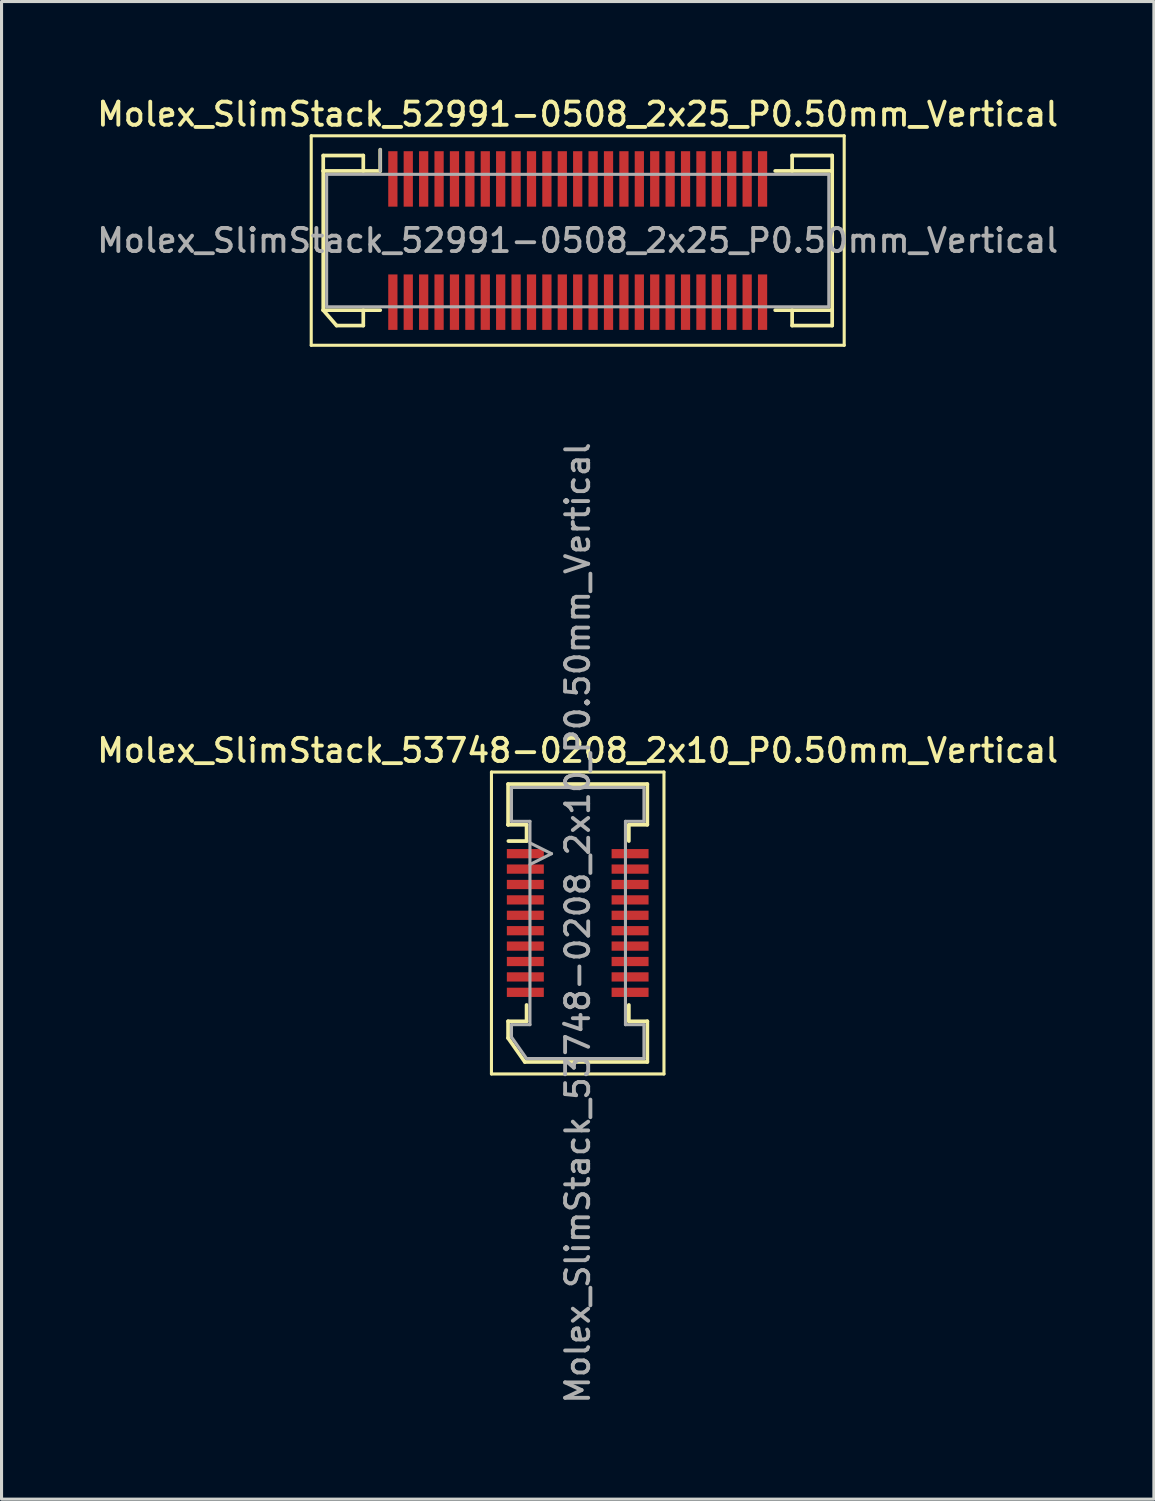
<source format=kicad_pcb>
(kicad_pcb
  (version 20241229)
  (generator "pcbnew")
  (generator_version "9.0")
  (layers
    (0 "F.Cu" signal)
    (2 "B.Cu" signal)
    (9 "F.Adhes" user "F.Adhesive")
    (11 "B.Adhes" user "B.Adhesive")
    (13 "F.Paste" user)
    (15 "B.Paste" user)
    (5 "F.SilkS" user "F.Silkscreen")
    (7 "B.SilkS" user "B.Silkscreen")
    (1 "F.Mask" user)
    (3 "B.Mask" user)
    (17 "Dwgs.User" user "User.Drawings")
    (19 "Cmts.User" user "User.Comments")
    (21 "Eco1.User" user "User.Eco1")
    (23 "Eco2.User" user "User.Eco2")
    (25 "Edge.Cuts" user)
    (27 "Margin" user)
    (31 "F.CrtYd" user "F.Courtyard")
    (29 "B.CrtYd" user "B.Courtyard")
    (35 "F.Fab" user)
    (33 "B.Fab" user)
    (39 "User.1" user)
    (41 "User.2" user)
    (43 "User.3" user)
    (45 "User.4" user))
  (footprint "Molex_SlimStack_52991-0508_2x25_P0.50mm_Vertical"
    (layer "F.Cu")
    (at 15.702 4.758)
    (property "Reference" "Molex_SlimStack_52991-0508_2x25_P0.50mm_Vertical" (at 0 -4.1 0) (layer "F.SilkS") (effects (font (size 0.75 0.75) (thickness 0.125))))
    (attr smd)
    (fp_line (start -8.65 -3.4) (end -8.65 3.4) (stroke (width 0.1) (type solid)) (layer "F.SilkS"))
    (fp_line (start -8.65 3.4) (end 8.65 3.4) (stroke (width 0.1) (type solid)) (layer "F.SilkS"))
    (fp_line (start -8.26 -2.76) (end -6.96 -2.76) (stroke (width 0.12) (type solid)) (layer "F.SilkS"))
    (fp_line (start -8.26 -2.26) (end -8.26 -2.76) (stroke (width 0.12) (type solid)) (layer "F.SilkS"))
    (fp_line (start -8.26 -2.26) (end -6.41 -2.26) (stroke (width 0.12) (type solid)) (layer "F.SilkS"))
    (fp_line (start -8.26 2.26) (end -8.26 -2.26) (stroke (width 0.12) (type solid)) (layer "F.SilkS"))
    (fp_line (start -8.26 2.26) (end -7.827 2.76) (stroke (width 0.12) (type solid)) (layer "F.SilkS"))
    (fp_line (start -7.827 2.76) (end -6.96 2.76) (stroke (width 0.12) (type solid)) (layer "F.SilkS"))
    (fp_line (start -6.96 -2.76) (end -6.96 -2.26) (stroke (width 0.12) (type solid)) (layer "F.SilkS"))
    (fp_line (start -6.96 2.76) (end -6.96 2.26) (stroke (width 0.12) (type solid)) (layer "F.SilkS"))
    (fp_line (start -6.41 -2.26) (end -6.41 -2.95) (stroke (width 0.12) (type solid)) (layer "F.SilkS"))
    (fp_line (start -6.41 2.26) (end -8.26 2.26) (stroke (width 0.12) (type solid)) (layer "F.SilkS"))
    (fp_line (start 6.41 2.26) (end 8.26 2.26) (stroke (width 0.12) (type solid)) (layer "F.SilkS"))
    (fp_line (start 6.96 -2.76) (end 6.96 -2.26) (stroke (width 0.12) (type solid)) (layer "F.SilkS"))
    (fp_line (start 6.96 2.76) (end 6.96 2.26) (stroke (width 0.12) (type solid)) (layer "F.SilkS"))
    (fp_line (start 8.26 -2.76) (end 6.96 -2.76) (stroke (width 0.12) (type solid)) (layer "F.SilkS"))
    (fp_line (start 8.26 -2.26) (end 6.41 -2.26) (stroke (width 0.12) (type solid)) (layer "F.SilkS"))
    (fp_line (start 8.26 -2.26) (end 8.26 -2.76) (stroke (width 0.12) (type solid)) (layer "F.SilkS"))
    (fp_line (start 8.26 2.26) (end 8.26 -2.26) (stroke (width 0.12) (type solid)) (layer "F.SilkS"))
    (fp_line (start 8.26 2.26) (end 8.26 2.76) (stroke (width 0.12) (type solid)) (layer "F.SilkS"))
    (fp_line (start 8.26 2.76) (end 6.96 2.76) (stroke (width 0.12) (type solid)) (layer "F.SilkS"))
    (fp_line (start 8.65 -3.4) (end -8.65 -3.4) (stroke (width 0.1) (type solid)) (layer "F.SilkS"))
    (fp_line (start 8.65 3.4) (end 8.65 -3.4) (stroke (width 0.1) (type solid)) (layer "F.SilkS"))
    (fp_line (start -8.15 -2.15) (end -8.15 2.15) (stroke (width 0.1) (type solid)) (layer "F.Fab"))
    (fp_line (start -8.15 2.15) (end 8.15 2.15) (stroke (width 0.1) (type solid)) (layer "F.Fab"))
    (fp_line (start -6.41 -2.26) (end -6.41 -2.95) (stroke (width 0.1) (type solid)) (layer "F.Fab"))
    (fp_line (start 8.15 -2.15) (end -8.15 -2.15) (stroke (width 0.1) (type solid)) (layer "F.Fab"))
    (fp_line (start 8.15 2.15) (end 8.15 -2.15) (stroke (width 0.1) (type solid)) (layer "F.Fab"))
    (fp_text user "${REFERENCE}" (at 0 0 0) (layer "F.Fab") (effects (font (size 0.75 0.75) (thickness 0.125))))
    (pad "1" smd rect (at -6 -2) (size 0.3 1.8) (layers "F.Cu" "F.Mask" "F.Paste"))
    (pad "2" smd rect (at -6 2) (size 0.3 1.8) (layers "F.Cu" "F.Mask" "F.Paste"))
    (pad "3" smd rect (at -5.5 -2) (size 0.3 1.8) (layers "F.Cu" "F.Mask" "F.Paste"))
    (pad "4" smd rect (at -5.5 2) (size 0.3 1.8) (layers "F.Cu" "F.Mask" "F.Paste"))
    (pad "5" smd rect (at -5 -2) (size 0.3 1.8) (layers "F.Cu" "F.Mask" "F.Paste"))
    (pad "6" smd rect (at -5 2) (size 0.3 1.8) (layers "F.Cu" "F.Mask" "F.Paste"))
    (pad "7" smd rect (at -4.5 -2) (size 0.3 1.8) (layers "F.Cu" "F.Mask" "F.Paste"))
    (pad "8" smd rect (at -4.5 2) (size 0.3 1.8) (layers "F.Cu" "F.Mask" "F.Paste"))
    (pad "9" smd rect (at -4 -2) (size 0.3 1.8) (layers "F.Cu" "F.Mask" "F.Paste"))
    (pad "10" smd rect (at -4 2) (size 0.3 1.8) (layers "F.Cu" "F.Mask" "F.Paste"))
    (pad "11" smd rect (at -3.5 -2) (size 0.3 1.8) (layers "F.Cu" "F.Mask" "F.Paste"))
    (pad "12" smd rect (at -3.5 2) (size 0.3 1.8) (layers "F.Cu" "F.Mask" "F.Paste"))
    (pad "13" smd rect (at -3 -2) (size 0.3 1.8) (layers "F.Cu" "F.Mask" "F.Paste"))
    (pad "14" smd rect (at -3 2) (size 0.3 1.8) (layers "F.Cu" "F.Mask" "F.Paste"))
    (pad "15" smd rect (at -2.5 -2) (size 0.3 1.8) (layers "F.Cu" "F.Mask" "F.Paste"))
    (pad "16" smd rect (at -2.5 2) (size 0.3 1.8) (layers "F.Cu" "F.Mask" "F.Paste"))
    (pad "17" smd rect (at -2 -2) (size 0.3 1.8) (layers "F.Cu" "F.Mask" "F.Paste"))
    (pad "18" smd rect (at -2 2) (size 0.3 1.8) (layers "F.Cu" "F.Mask" "F.Paste"))
    (pad "19" smd rect (at -1.5 -2) (size 0.3 1.8) (layers "F.Cu" "F.Mask" "F.Paste"))
    (pad "20" smd rect (at -1.5 2) (size 0.3 1.8) (layers "F.Cu" "F.Mask" "F.Paste"))
    (pad "21" smd rect (at -1 -2) (size 0.3 1.8) (layers "F.Cu" "F.Mask" "F.Paste"))
    (pad "22" smd rect (at -1 2) (size 0.3 1.8) (layers "F.Cu" "F.Mask" "F.Paste"))
    (pad "23" smd rect (at -0.5 -2) (size 0.3 1.8) (layers "F.Cu" "F.Mask" "F.Paste"))
    (pad "24" smd rect (at -0.5 2) (size 0.3 1.8) (layers "F.Cu" "F.Mask" "F.Paste"))
    (pad "25" smd rect (at 0 -2) (size 0.3 1.8) (layers "F.Cu" "F.Mask" "F.Paste"))
    (pad "26" smd rect (at 0 2) (size 0.3 1.8) (layers "F.Cu" "F.Mask" "F.Paste"))
    (pad "27" smd rect (at 0.5 -2) (size 0.3 1.8) (layers "F.Cu" "F.Mask" "F.Paste"))
    (pad "28" smd rect (at 0.5 2) (size 0.3 1.8) (layers "F.Cu" "F.Mask" "F.Paste"))
    (pad "29" smd rect (at 1 -2) (size 0.3 1.8) (layers "F.Cu" "F.Mask" "F.Paste"))
    (pad "30" smd rect (at 1 2) (size 0.3 1.8) (layers "F.Cu" "F.Mask" "F.Paste"))
    (pad "31" smd rect (at 1.5 -2) (size 0.3 1.8) (layers "F.Cu" "F.Mask" "F.Paste"))
    (pad "32" smd rect (at 1.5 2) (size 0.3 1.8) (layers "F.Cu" "F.Mask" "F.Paste"))
    (pad "33" smd rect (at 2 -2) (size 0.3 1.8) (layers "F.Cu" "F.Mask" "F.Paste"))
    (pad "34" smd rect (at 2 2) (size 0.3 1.8) (layers "F.Cu" "F.Mask" "F.Paste"))
    (pad "35" smd rect (at 2.5 -2) (size 0.3 1.8) (layers "F.Cu" "F.Mask" "F.Paste"))
    (pad "36" smd rect (at 2.5 2) (size 0.3 1.8) (layers "F.Cu" "F.Mask" "F.Paste"))
    (pad "37" smd rect (at 3 -2) (size 0.3 1.8) (layers "F.Cu" "F.Mask" "F.Paste"))
    (pad "38" smd rect (at 3 2) (size 0.3 1.8) (layers "F.Cu" "F.Mask" "F.Paste"))
    (pad "39" smd rect (at 3.5 -2) (size 0.3 1.8) (layers "F.Cu" "F.Mask" "F.Paste"))
    (pad "40" smd rect (at 3.5 2) (size 0.3 1.8) (layers "F.Cu" "F.Mask" "F.Paste"))
    (pad "41" smd rect (at 4 -2) (size 0.3 1.8) (layers "F.Cu" "F.Mask" "F.Paste"))
    (pad "42" smd rect (at 4 2) (size 0.3 1.8) (layers "F.Cu" "F.Mask" "F.Paste"))
    (pad "43" smd rect (at 4.5 -2) (size 0.3 1.8) (layers "F.Cu" "F.Mask" "F.Paste"))
    (pad "44" smd rect (at 4.5 2) (size 0.3 1.8) (layers "F.Cu" "F.Mask" "F.Paste"))
    (pad "45" smd rect (at 5 -2) (size 0.3 1.8) (layers "F.Cu" "F.Mask" "F.Paste"))
    (pad "46" smd rect (at 5 2) (size 0.3 1.8) (layers "F.Cu" "F.Mask" "F.Paste"))
    (pad "47" smd rect (at 5.5 -2) (size 0.3 1.8) (layers "F.Cu" "F.Mask" "F.Paste"))
    (pad "48" smd rect (at 5.5 2) (size 0.3 1.8) (layers "F.Cu" "F.Mask" "F.Paste"))
    (pad "49" smd rect (at 6 -2) (size 0.3 1.8) (layers "F.Cu" "F.Mask" "F.Paste"))
    (pad "50" smd rect (at 6 2) (size 0.3 1.8) (layers "F.Cu" "F.Mask" "F.Paste")))
  (footprint "Molex_SlimStack_53748-0208_2x10_P0.50mm_Vertical"
    (layer "F.Cu")
    (at 15.702 26.91)
    (property "Reference" "Molex_SlimStack_53748-0208_2x10_P0.50mm_Vertical" (at 0 -5.6 0) (layer "F.SilkS") (effects (font (size 0.75 0.75) (thickness 0.125))))
    (attr smd)
    (fp_line (start -2.8 -4.9) (end -2.8 4.9) (stroke (width 0.1) (type solid)) (layer "F.SilkS"))
    (fp_line (start -2.8 4.9) (end 2.8 4.9) (stroke (width 0.1) (type solid)) (layer "F.SilkS"))
    (fp_line (start -2.26 -4.51) (end -2.26 -3.19) (stroke (width 0.12) (type solid)) (layer "F.SilkS"))
    (fp_line (start -2.26 -3.19) (end -2.26 -3.19) (stroke (width 0.12) (type solid)) (layer "F.SilkS"))
    (fp_line (start -2.26 -3.19) (end -1.66 -3.19) (stroke (width 0.12) (type solid)) (layer "F.SilkS"))
    (fp_line (start -2.26 3.19) (end -1.66 3.19) (stroke (width 0.12) (type solid)) (layer "F.SilkS"))
    (fp_line (start -2.26 3.735) (end -2.26 3.19) (stroke (width 0.12) (type solid)) (layer "F.SilkS"))
    (fp_line (start -1.717 4.51) (end -2.26 3.735) (stroke (width 0.12) (type solid)) (layer "F.SilkS"))
    (fp_line (start -1.66 -3.19) (end -1.66 -2.66) (stroke (width 0.12) (type solid)) (layer "F.SilkS"))
    (fp_line (start -1.66 -2.66) (end -2.25 -2.66) (stroke (width 0.12) (type solid)) (layer "F.SilkS"))
    (fp_line (start -1.66 3.19) (end -1.66 2.66) (stroke (width 0.12) (type solid)) (layer "F.SilkS"))
    (fp_line (start 1.66 -3.19) (end 2.26 -3.19) (stroke (width 0.12) (type solid)) (layer "F.SilkS"))
    (fp_line (start 1.66 -2.66) (end 1.66 -3.19) (stroke (width 0.12) (type solid)) (layer "F.SilkS"))
    (fp_line (start 1.66 2.66) (end 1.66 3.19) (stroke (width 0.12) (type solid)) (layer "F.SilkS"))
    (fp_line (start 1.66 3.19) (end 2.26 3.19) (stroke (width 0.12) (type solid)) (layer "F.SilkS"))
    (fp_line (start 2.26 -4.51) (end -2.26 -4.51) (stroke (width 0.12) (type solid)) (layer "F.SilkS"))
    (fp_line (start 2.26 -3.19) (end 2.26 -4.51) (stroke (width 0.12) (type solid)) (layer "F.SilkS"))
    (fp_line (start 2.26 3.19) (end 2.26 4.51) (stroke (width 0.12) (type solid)) (layer "F.SilkS"))
    (fp_line (start 2.26 4.51) (end -1.717 4.51) (stroke (width 0.12) (type solid)) (layer "F.SilkS"))
    (fp_line (start 2.8 -4.9) (end -2.8 -4.9) (stroke (width 0.1) (type solid)) (layer "F.SilkS"))
    (fp_line (start 2.8 4.9) (end 2.8 -4.9) (stroke (width 0.1) (type solid)) (layer "F.SilkS"))
    (fp_line (start -2.15 -4.4) (end -2.15 -3.3) (stroke (width 0.1) (type solid)) (layer "F.Fab"))
    (fp_line (start -2.15 -3.3) (end -1.55 -3.3) (stroke (width 0.1) (type solid)) (layer "F.Fab"))
    (fp_line (start -2.15 3.3) (end -2.15 3.7) (stroke (width 0.1) (type solid)) (layer "F.Fab"))
    (fp_line (start -2.15 3.7) (end -1.66 4.4) (stroke (width 0.1) (type solid)) (layer "F.Fab"))
    (fp_line (start -1.66 4.4) (end 2.15 4.4) (stroke (width 0.1) (type solid)) (layer "F.Fab"))
    (fp_line (start -1.55 -3.3) (end -1.55 3.3) (stroke (width 0.1) (type solid)) (layer "F.Fab"))
    (fp_line (start -1.55 3.3) (end -2.15 3.3) (stroke (width 0.1) (type solid)) (layer "F.Fab"))
    (fp_line (start -0.85 -2.25) (end -1.55 -2.6) (stroke (width 0.1) (type solid)) (layer "F.Fab"))
    (fp_line (start -0.85 -2.25) (end -1.55 -1.9) (stroke (width 0.1) (type solid)) (layer "F.Fab"))
    (fp_line (start 1.55 -3.3) (end 2.15 -3.3) (stroke (width 0.1) (type solid)) (layer "F.Fab"))
    (fp_line (start 1.55 3.3) (end 1.55 -3.3) (stroke (width 0.1) (type solid)) (layer "F.Fab"))
    (fp_line (start 2.15 -4.4) (end -2.15 -4.4) (stroke (width 0.1) (type solid)) (layer "F.Fab"))
    (fp_line (start 2.15 -3.3) (end 2.15 -4.4) (stroke (width 0.1) (type solid)) (layer "F.Fab"))
    (fp_line (start 2.15 3.3) (end 1.55 3.3) (stroke (width 0.1) (type solid)) (layer "F.Fab"))
    (fp_line (start 2.15 4.4) (end 2.15 3.3) (stroke (width 0.1) (type solid)) (layer "F.Fab"))
    (fp_text user "${REFERENCE}" (at 0 0 90) (layer "F.Fab") (effects (font (size 0.75 0.75) (thickness 0.125))))
    (pad "1" smd rect (at -1.7 -2.25) (size 1.2 0.3) (layers "F.Cu" "F.Mask" "F.Paste"))
    (pad "2" smd rect (at 1.7 -2.25) (size 1.2 0.3) (layers "F.Cu" "F.Mask" "F.Paste"))
    (pad "3" smd rect (at -1.7 -1.75) (size 1.2 0.3) (layers "F.Cu" "F.Mask" "F.Paste"))
    (pad "4" smd rect (at 1.7 -1.75) (size 1.2 0.3) (layers "F.Cu" "F.Mask" "F.Paste"))
    (pad "5" smd rect (at -1.7 -1.25) (size 1.2 0.3) (layers "F.Cu" "F.Mask" "F.Paste"))
    (pad "6" smd rect (at 1.7 -1.25) (size 1.2 0.3) (layers "F.Cu" "F.Mask" "F.Paste"))
    (pad "7" smd rect (at -1.7 -0.75) (size 1.2 0.3) (layers "F.Cu" "F.Mask" "F.Paste"))
    (pad "8" smd rect (at 1.7 -0.75) (size 1.2 0.3) (layers "F.Cu" "F.Mask" "F.Paste"))
    (pad "9" smd rect (at -1.7 -0.25) (size 1.2 0.3) (layers "F.Cu" "F.Mask" "F.Paste"))
    (pad "10" smd rect (at 1.7 -0.25) (size 1.2 0.3) (layers "F.Cu" "F.Mask" "F.Paste"))
    (pad "11" smd rect (at -1.7 0.25) (size 1.2 0.3) (layers "F.Cu" "F.Mask" "F.Paste"))
    (pad "12" smd rect (at 1.7 0.25) (size 1.2 0.3) (layers "F.Cu" "F.Mask" "F.Paste"))
    (pad "13" smd rect (at -1.7 0.75) (size 1.2 0.3) (layers "F.Cu" "F.Mask" "F.Paste"))
    (pad "14" smd rect (at 1.7 0.75) (size 1.2 0.3) (layers "F.Cu" "F.Mask" "F.Paste"))
    (pad "15" smd rect (at -1.7 1.25) (size 1.2 0.3) (layers "F.Cu" "F.Mask" "F.Paste"))
    (pad "16" smd rect (at 1.7 1.25) (size 1.2 0.3) (layers "F.Cu" "F.Mask" "F.Paste"))
    (pad "17" smd rect (at -1.7 1.75) (size 1.2 0.3) (layers "F.Cu" "F.Mask" "F.Paste"))
    (pad "18" smd rect (at 1.7 1.75) (size 1.2 0.3) (layers "F.Cu" "F.Mask" "F.Paste"))
    (pad "19" smd rect (at -1.7 2.25) (size 1.2 0.3) (layers "F.Cu" "F.Mask" "F.Paste"))
    (pad "20" smd rect (at 1.7 2.25) (size 1.2 0.3) (layers "F.Cu" "F.Mask" "F.Paste")))
  (gr_rect
    (start -3 -3)
    (end 34.404 45.612)
    (stroke (width 0.1) (type default))
    (fill no)
    (layer "Edge.Cuts")))
</source>
